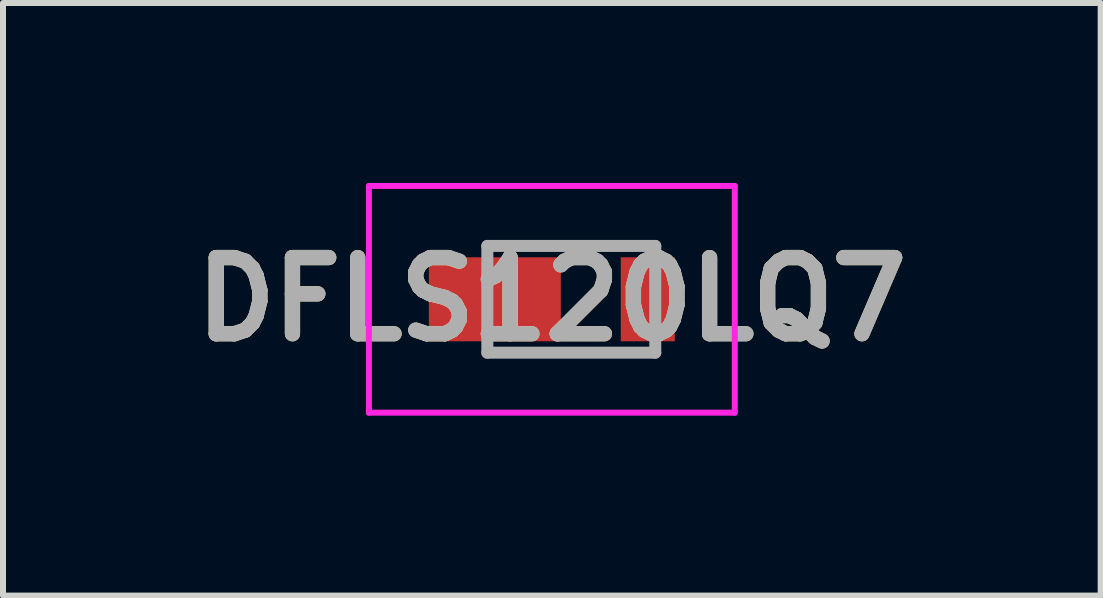
<source format=kicad_pcb>
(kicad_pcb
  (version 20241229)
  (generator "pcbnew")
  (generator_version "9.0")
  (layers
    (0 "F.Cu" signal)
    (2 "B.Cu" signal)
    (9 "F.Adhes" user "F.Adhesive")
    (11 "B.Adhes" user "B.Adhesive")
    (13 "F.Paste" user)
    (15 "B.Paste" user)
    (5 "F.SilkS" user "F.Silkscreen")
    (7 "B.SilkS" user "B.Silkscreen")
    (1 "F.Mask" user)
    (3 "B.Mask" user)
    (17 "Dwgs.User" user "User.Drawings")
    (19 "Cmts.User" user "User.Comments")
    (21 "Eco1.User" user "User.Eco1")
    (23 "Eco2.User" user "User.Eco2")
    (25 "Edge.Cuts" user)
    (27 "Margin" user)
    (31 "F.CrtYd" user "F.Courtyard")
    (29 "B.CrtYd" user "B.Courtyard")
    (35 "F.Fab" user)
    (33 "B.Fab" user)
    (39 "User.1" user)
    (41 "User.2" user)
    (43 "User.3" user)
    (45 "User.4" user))
  (footprint "DFLS120LQ7"
    (layer "F.Cu")
    (at 6.475 1.94)
    (property "Reference" "DFLS120LQ7" (at -0.325 0 0) (layer "F.SilkS") (effects (font (size 1.27 1.27) (thickness 0.254))))
    (attr smd)
    (fp_line (start -1.4 -0.89) (end 1.4 -0.89) (stroke (width 0.1) (type solid)) (layer "F.SilkS"))
    (fp_line (start -1.4 0.89) (end 1.4 0.89) (stroke (width 0.1) (type solid)) (layer "F.SilkS"))
    (fp_line (start 1.4 -0.89) (end 1.4 -0.89) (stroke (width 0.1) (type solid)) (layer "F.SilkS"))
    (fp_line (start 1.4 0.89) (end 1.4 0.89) (stroke (width 0.1) (type solid)) (layer "F.SilkS"))
    (fp_line (start -3.375 -1.89) (end 2.725 -1.89) (stroke (width 0.1) (type solid)) (layer "F.CrtYd"))
    (fp_line (start -3.375 1.89) (end -3.375 -1.89) (stroke (width 0.1) (type solid)) (layer "F.CrtYd"))
    (fp_line (start 2.725 -1.89) (end 2.725 1.89) (stroke (width 0.1) (type solid)) (layer "F.CrtYd"))
    (fp_line (start 2.725 1.89) (end -3.375 1.89) (stroke (width 0.1) (type solid)) (layer "F.CrtYd"))
    (fp_line (start -1.4 -0.89) (end 1.4 -0.89) (stroke (width 0.2) (type solid)) (layer "F.Fab"))
    (fp_line (start -1.4 0.89) (end -1.4 -0.89) (stroke (width 0.2) (type solid)) (layer "F.Fab"))
    (fp_line (start 1.4 -0.89) (end 1.4 0.89) (stroke (width 0.2) (type solid)) (layer "F.Fab"))
    (fp_line (start 1.4 0.89) (end -1.4 0.89) (stroke (width 0.2) (type solid)) (layer "F.Fab"))
    (fp_text user "${REFERENCE}" (at -0.325 0 0) (layer "F.Fab") (effects (font (size 1.27 1.27) (thickness 0.254))))
    (pad "1" smd rect (at -1.275 0 90) (size 1.4 2.2) (layers "F.Cu" "F.Mask" "F.Paste"))
    (pad "2" smd rect (at 1.275 0) (size 0.9 1.4) (layers "F.Cu" "F.Mask" "F.Paste")))
  (gr_rect
    (start -3 -3)
    (end 15.301 6.88)
    (stroke (width 0.1) (type default))
    (fill no)
    (layer "Edge.Cuts")))
</source>
